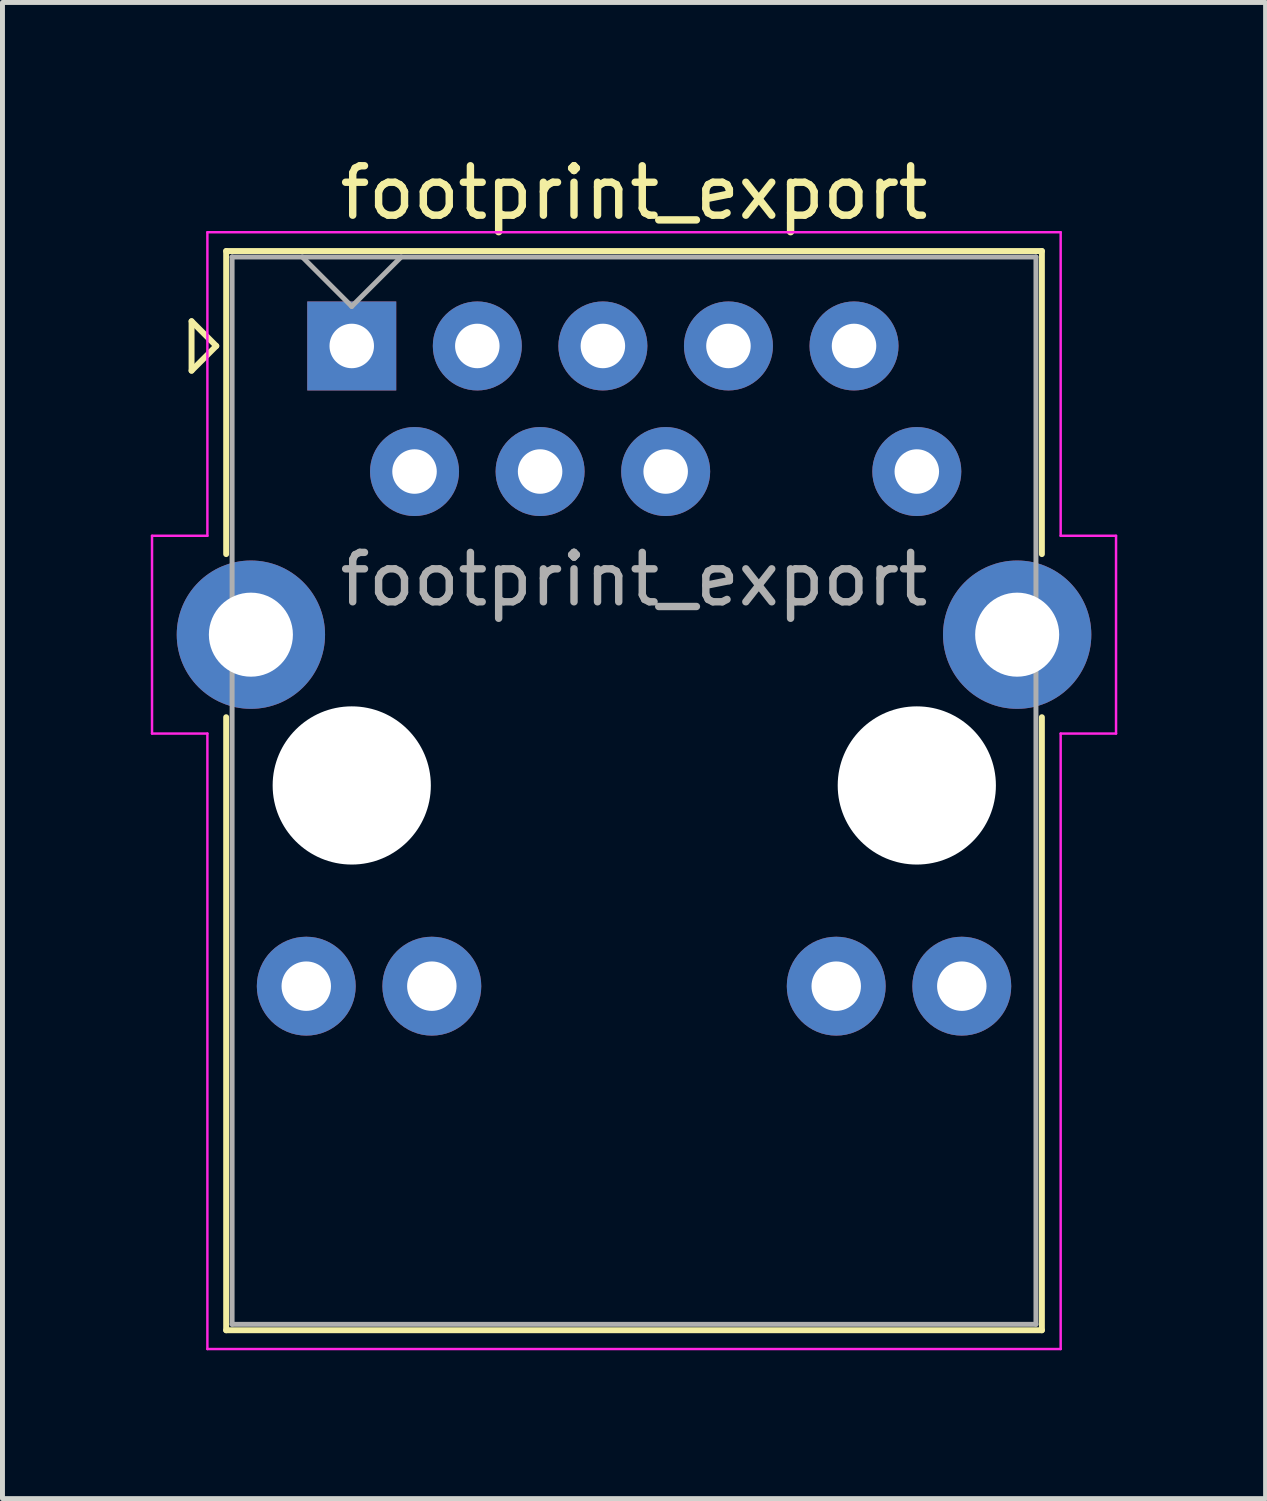
<source format=kicad_pcb>
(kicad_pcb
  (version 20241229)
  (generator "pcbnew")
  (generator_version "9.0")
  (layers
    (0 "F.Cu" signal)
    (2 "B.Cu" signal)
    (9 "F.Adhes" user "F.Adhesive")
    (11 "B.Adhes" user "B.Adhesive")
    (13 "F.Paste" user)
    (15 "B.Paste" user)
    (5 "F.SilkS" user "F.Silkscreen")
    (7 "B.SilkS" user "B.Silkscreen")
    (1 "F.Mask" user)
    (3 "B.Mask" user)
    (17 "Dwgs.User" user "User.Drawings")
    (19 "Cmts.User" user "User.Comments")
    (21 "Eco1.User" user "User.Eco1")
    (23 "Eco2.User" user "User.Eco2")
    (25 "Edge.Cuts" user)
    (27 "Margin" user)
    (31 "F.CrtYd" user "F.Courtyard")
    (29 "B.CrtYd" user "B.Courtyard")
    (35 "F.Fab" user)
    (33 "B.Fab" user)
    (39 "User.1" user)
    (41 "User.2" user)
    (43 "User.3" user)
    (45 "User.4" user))
  (footprint "footprint_export"
    (layer "F.Cu")
    (at 4.065 3.948)
    (property "Reference" "footprint_export" (at 5.71 -3.1 0) (layer "F.SilkS") (effects (font (size 1 1) (thickness 0.15))))
    (attr through_hole)
    (fp_line (start -3.24 -0.5) (end -3.24 0.5) (stroke (width 0.12) (type solid)) (layer "F.SilkS"))
    (fp_line (start -3.24 0.5) (end -2.74 0) (stroke (width 0.12) (type solid)) (layer "F.SilkS"))
    (fp_line (start -2.74 0) (end -3.24 -0.5) (stroke (width 0.12) (type solid)) (layer "F.SilkS"))
    (fp_line (start -2.54 -1.92) (end -2.54 4.21) (stroke (width 0.12) (type solid)) (layer "F.SilkS"))
    (fp_line (start -2.54 -1.92) (end 13.96 -1.92) (stroke (width 0.12) (type solid)) (layer "F.SilkS"))
    (fp_line (start -2.54 7.51) (end -2.54 19.91) (stroke (width 0.12) (type solid)) (layer "F.SilkS"))
    (fp_line (start -2.54 19.91) (end 13.96 19.91) (stroke (width 0.12) (type solid)) (layer "F.SilkS"))
    (fp_line (start 13.96 -1.92) (end 13.96 4.21) (stroke (width 0.12) (type solid)) (layer "F.SilkS"))
    (fp_line (start 13.96 7.51) (end 13.96 19.91) (stroke (width 0.12) (type solid)) (layer "F.SilkS"))
    (fp_line (start -4.04 3.84) (end -4.04 7.84) (stroke (width 0.05) (type solid)) (layer "F.CrtYd"))
    (fp_line (start -4.04 7.84) (end -2.92 7.84) (stroke (width 0.05) (type solid)) (layer "F.CrtYd"))
    (fp_line (start -2.92 -2.3) (end -2.92 3.84) (stroke (width 0.05) (type solid)) (layer "F.CrtYd"))
    (fp_line (start -2.92 -2.3) (end 14.34 -2.3) (stroke (width 0.05) (type solid)) (layer "F.CrtYd"))
    (fp_line (start -2.92 3.84) (end -4.04 3.84) (stroke (width 0.05) (type solid)) (layer "F.CrtYd"))
    (fp_line (start -2.92 7.84) (end -2.92 20.29) (stroke (width 0.05) (type solid)) (layer "F.CrtYd"))
    (fp_line (start -2.92 20.29) (end 14.34 20.29) (stroke (width 0.05) (type solid)) (layer "F.CrtYd"))
    (fp_line (start 14.34 -2.3) (end 14.34 3.84) (stroke (width 0.05) (type solid)) (layer "F.CrtYd"))
    (fp_line (start 14.34 7.84) (end 14.34 20.29) (stroke (width 0.05) (type solid)) (layer "F.CrtYd"))
    (fp_line (start 14.34 7.84) (end 15.46 7.84) (stroke (width 0.05) (type solid)) (layer "F.CrtYd"))
    (fp_line (start 15.46 3.84) (end 14.34 3.84) (stroke (width 0.05) (type solid)) (layer "F.CrtYd"))
    (fp_line (start 15.46 3.84) (end 15.46 7.84) (stroke (width 0.05) (type solid)) (layer "F.CrtYd"))
    (fp_line (start -2.42 -1.8) (end 13.84 -1.8) (stroke (width 0.1) (type solid)) (layer "F.Fab"))
    (fp_line (start -2.42 19.79) (end -2.42 -1.8) (stroke (width 0.1) (type solid)) (layer "F.Fab"))
    (fp_line (start 0 -0.8) (end -1 -1.8) (stroke (width 0.1) (type default)) (layer "F.Fab"))
    (fp_line (start 1 -1.8) (end 0 -0.8) (stroke (width 0.1) (type default)) (layer "F.Fab"))
    (fp_line (start 13.84 -1.8) (end 13.84 19.79) (stroke (width 0.1) (type solid)) (layer "F.Fab"))
    (fp_line (start 13.84 19.79) (end -2.42 19.79) (stroke (width 0.1) (type solid)) (layer "F.Fab"))
    (fp_text user "${REFERENCE}" (at 5.71 4.72 0) (layer "F.Fab") (effects (font (size 1 1) (thickness 0.15))))
    (pad "" np_thru_hole circle (at 0 8.89) (size 3.2 3.2) (drill 3.2) (layers "*.Cu" "*.Mask"))
    (pad "" np_thru_hole circle (at 11.43 8.89) (size 3.2 3.2) (drill 3.2) (layers "*.Cu" "*.Mask"))
    (pad "1" thru_hole rect (at 0 0) (size 1.8 1.8) (drill 0.9) (layers "*.Cu" "*.Mask"))
    (pad "2" thru_hole circle (at 1.27 2.54) (size 1.8 1.8) (drill 0.9) (layers "*.Cu" "*.Mask"))
    (pad "3" thru_hole circle (at 2.54 0) (size 1.8 1.8) (drill 0.9) (layers "*.Cu" "*.Mask"))
    (pad "4" thru_hole circle (at 3.81 2.54) (size 1.8 1.8) (drill 0.9) (layers "*.Cu" "*.Mask"))
    (pad "5" thru_hole circle (at 5.08 0) (size 1.8 1.8) (drill 0.9) (layers "*.Cu" "*.Mask"))
    (pad "6" thru_hole circle (at 6.35 2.54) (size 1.8 1.8) (drill 0.9) (layers "*.Cu" "*.Mask"))
    (pad "7" thru_hole circle (at 7.62 0) (size 1.8 1.8) (drill 0.9) (layers "*.Cu" "*.Mask"))
    (pad "9" thru_hole circle (at 10.16 0) (size 1.8 1.8) (drill 0.9) (layers "*.Cu" "*.Mask"))
    (pad "10" thru_hole circle (at 11.43 2.54) (size 1.8 1.8) (drill 0.9) (layers "*.Cu" "*.Mask"))
    (pad "11" thru_hole circle (at -0.92 12.95) (size 2 2) (drill 1) (layers "*.Cu" "*.Mask"))
    (pad "12" thru_hole circle (at 1.62 12.95) (size 2 2) (drill 1) (layers "*.Cu" "*.Mask"))
    (pad "13" thru_hole circle (at 9.8 12.95) (size 2 2) (drill 1) (layers "*.Cu" "*.Mask"))
    (pad "14" thru_hole circle (at 12.34 12.95) (size 2 2) (drill 1) (layers "*.Cu" "*.Mask"))
    (pad "SH" thru_hole circle (at -2.04 5.84) (size 3 3) (drill 1.7) (layers "*.Cu" "*.Mask"))
    (pad "SH" thru_hole circle (at 13.46 5.84) (size 3 3) (drill 1.7) (layers "*.Cu" "*.Mask")))
  (gr_rect
    (start -3 -3)
    (end 22.55 27.263)
    (stroke (width 0.1) (type default))
    (fill no)
    (layer "Edge.Cuts")))
</source>
